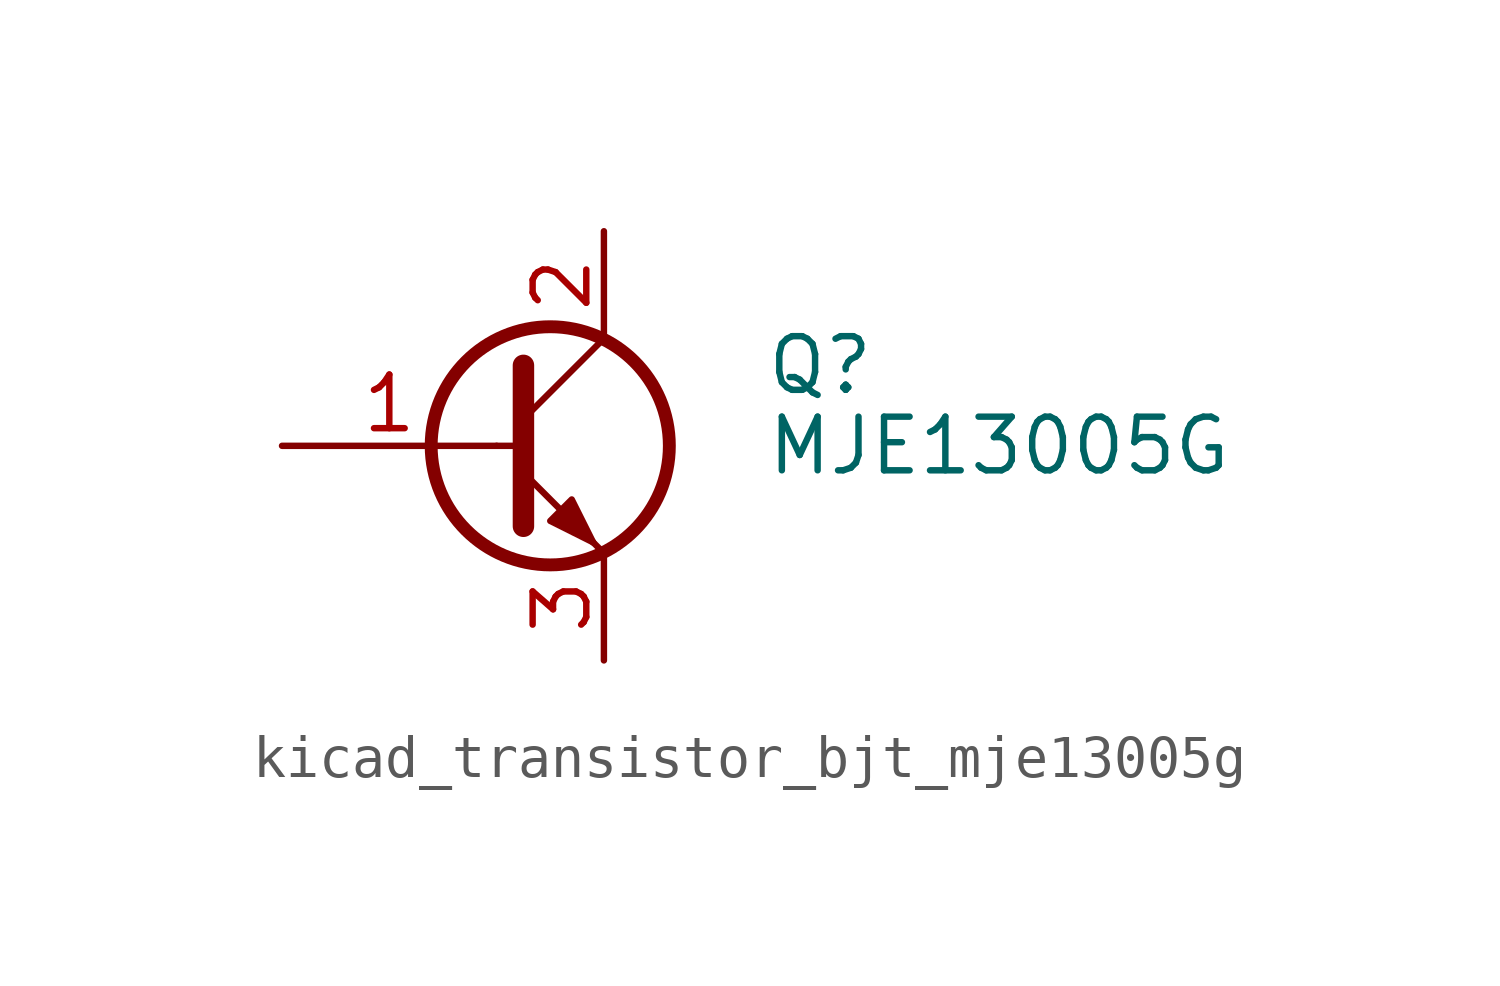
<source format=kicad_sym>
(kicad_symbol_lib
  (version 20220914)
  (generator kicad_symbol_editor)
  (symbol "kicad_transistor_bjt_mje13005g"
    (pin_names
      (offset 0) hide)
    (property "Reference" "Q"
      (at 6.35 1.905 0)
      (effects (font (size 1.27 1.27)) (justify left)))
    (property "Value" "MJE13005G"
      (at 6.35 0 0)
      (effects (font (size 1.27 1.27)) (justify left)))
    (symbol "kicad_transistor_bjt_mje13005g_0_1"
      (polyline (pts (xy 0 0) (xy 0.635 0)) (stroke (width 0) (type default)) (fill (type none)))
      (polyline (pts (xy 2.54 2.54) (xy 0.635 0.635)) (stroke (width 0) (type default)) (fill (type none)))
      (polyline (pts (xy 0.635 1.905) (xy 0.635 -1.905) (xy 0.635 -1.905)) (stroke (width 0.508) (type default)) (fill (type none)))
      (polyline (pts (xy 2.286 -2.286) (xy 1.778 -1.778) (xy 1.778 -1.778)) (stroke (width 0) (type default)) (fill (type none)))
      (polyline (pts (xy 2.54 -2.54) (xy 0.635 -0.635) (xy 1.27 -1.27)) (stroke (width 0) (type default)) (fill (type outline)))
      (polyline (pts (xy 1.27 -1.778) (xy 1.778 -1.27) (xy 2.286 -2.286) (xy 1.27 -1.778) (xy 1.27 -1.778)) (stroke (width 0) (type default)) (fill (type outline)))
      (circle (center 1.27 0) (radius 2.819) (stroke (width 0.305) (type default)) (fill (type none))))
    (symbol "kicad_transistor_bjt_mje13005g_1_1"
      (pin input line (at -5.08 0 0) (length 5.08) (name "B" (effects (font (size 1.27 1.27)))) (number "1" (effects (font (size 1.27 1.27)))))
      (pin passive line (at 2.54 5.08 270) (length 2.54) (name "C" (effects (font (size 1.27 1.27)))) (number "2" (effects (font (size 1.27 1.27)))))
      (pin passive line (at 2.54 -5.08 90) (length 2.54) (name "E" (effects (font (size 1.27 1.27)))) (number "3" (effects (font (size 1.27 1.27))))))))
</source>
